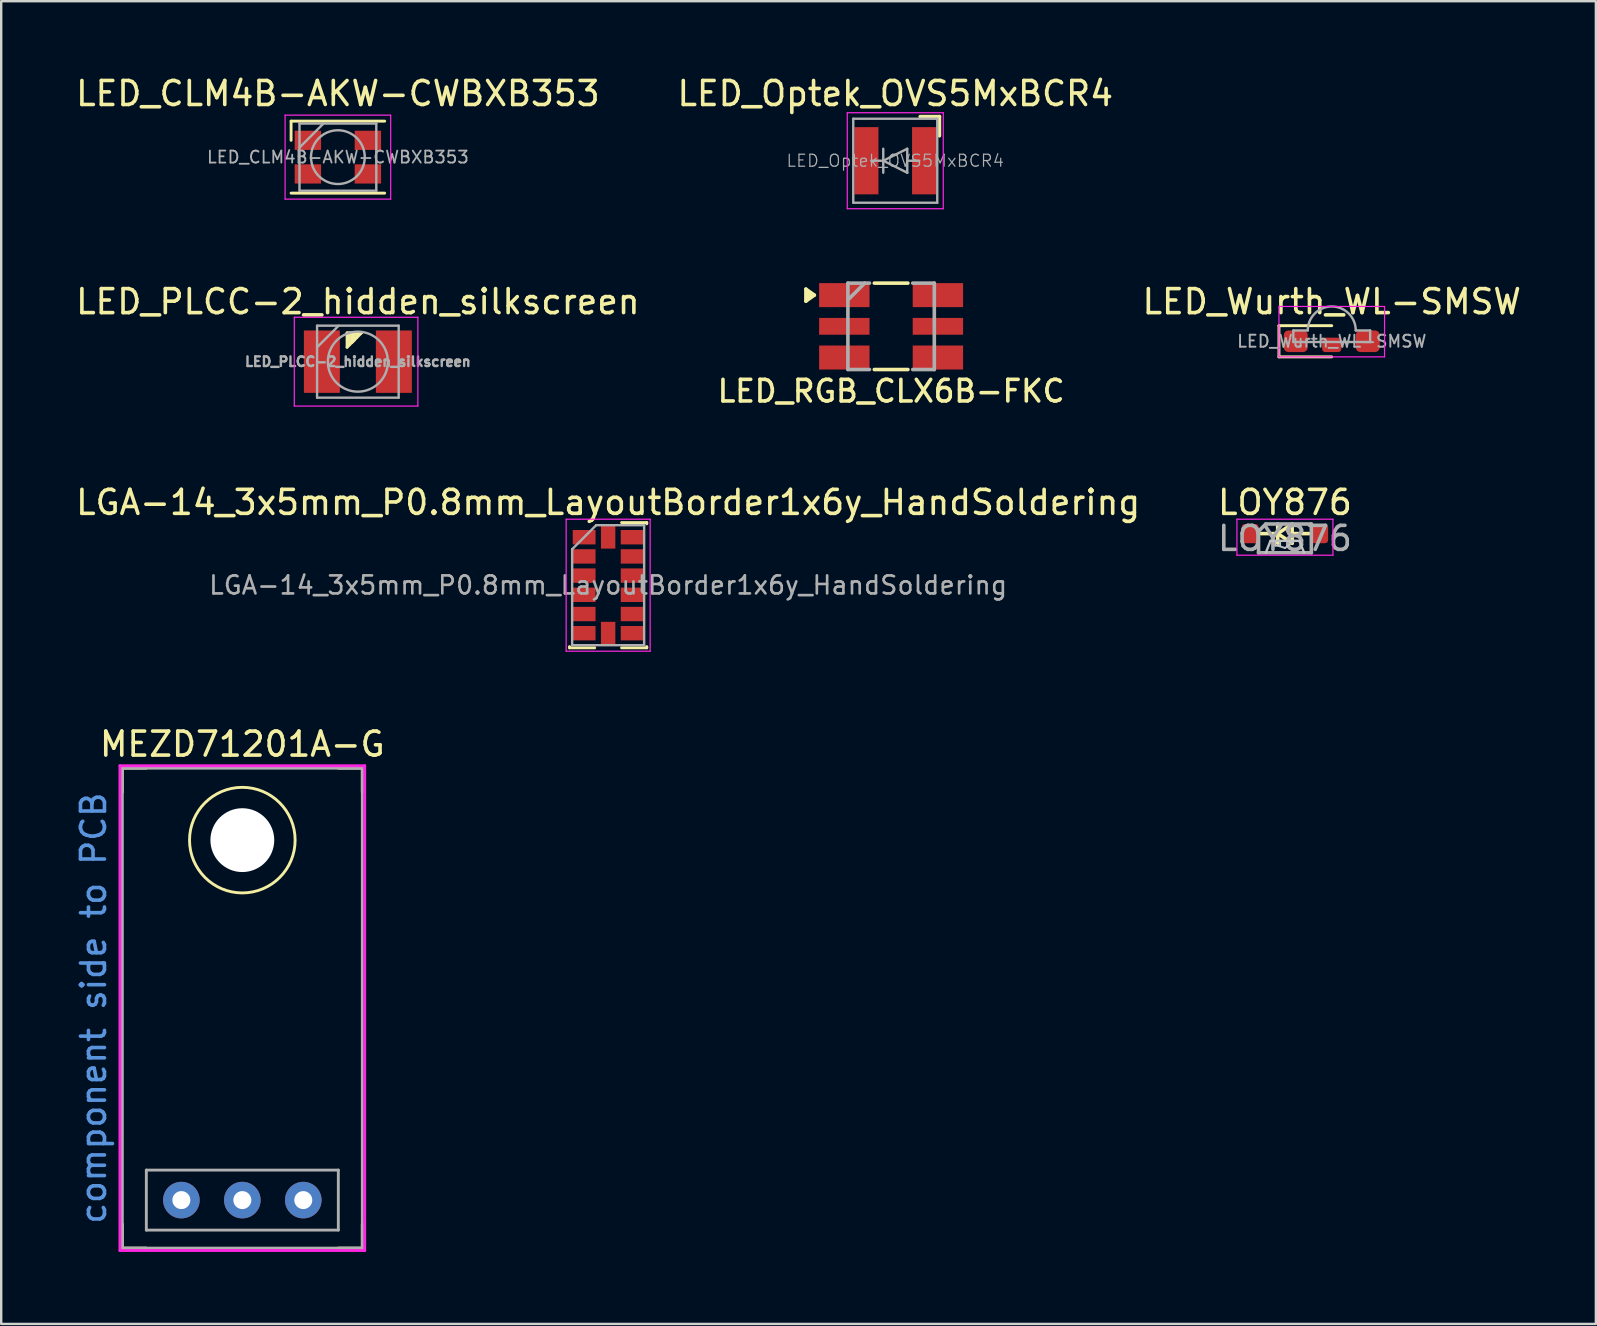
<source format=kicad_pcb>
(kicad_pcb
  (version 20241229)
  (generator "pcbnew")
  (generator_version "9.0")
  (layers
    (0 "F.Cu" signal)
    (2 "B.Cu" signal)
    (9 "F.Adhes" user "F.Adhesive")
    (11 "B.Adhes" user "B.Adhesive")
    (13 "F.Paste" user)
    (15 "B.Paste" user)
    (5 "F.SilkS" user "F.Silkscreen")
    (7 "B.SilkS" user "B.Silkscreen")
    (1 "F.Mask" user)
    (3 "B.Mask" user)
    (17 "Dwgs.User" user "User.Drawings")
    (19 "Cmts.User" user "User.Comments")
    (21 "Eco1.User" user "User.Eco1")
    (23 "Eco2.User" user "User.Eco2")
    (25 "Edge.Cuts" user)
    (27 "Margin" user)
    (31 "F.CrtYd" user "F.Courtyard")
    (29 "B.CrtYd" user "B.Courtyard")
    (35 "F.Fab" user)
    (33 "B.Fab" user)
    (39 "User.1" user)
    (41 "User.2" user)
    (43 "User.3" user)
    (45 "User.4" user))
  (footprint "LED_PLCC-2_hidden_silkscreen"
    (layer "F.Cu")
    (at 11.863 12.021)
    (property "Reference" "LED_PLCC-2_hidden_silkscreen" (at 0 -2.5 0) (layer "F.SilkS") (effects (font (size 1 1) (thickness 0.15))))
    (attr smd)
    (fp_line (start -0.45 -1.2) (end -0.45 -0.6) (stroke (width 0.12) (type solid)) (layer "F.SilkS"))
    (fp_line (start -0.45 -0.6) (end 0.15 -1.2) (stroke (width 0.12) (type solid)) (layer "F.SilkS"))
    (fp_line (start -0.35 -0.7) (end -0.35 -1.2) (stroke (width 0.12) (type solid)) (layer "F.SilkS"))
    (fp_line (start -0.25 -1.2) (end -0.25 -0.8) (stroke (width 0.12) (type solid)) (layer "F.SilkS"))
    (fp_line (start -0.25 -0.8) (end -0.15 -0.9) (stroke (width 0.12) (type solid)) (layer "F.SilkS"))
    (fp_line (start -0.15 -1.2) (end -0.05 -1.2) (stroke (width 0.12) (type solid)) (layer "F.SilkS"))
    (fp_line (start -0.15 -0.9) (end -0.15 -1.2) (stroke (width 0.12) (type solid)) (layer "F.SilkS"))
    (fp_line (start -0.05 -1.2) (end -0.05 -1) (stroke (width 0.12) (type solid)) (layer "F.SilkS"))
    (fp_line (start 0.15 -1.2) (end -0.45 -1.2) (stroke (width 0.12) (type solid)) (layer "F.SilkS"))
    (fp_line (start -2.65 -1.85) (end 2.5 -1.85) (stroke (width 0.05) (type solid)) (layer "F.CrtYd"))
    (fp_line (start -2.65 1.85) (end -2.65 -1.85) (stroke (width 0.05) (type solid)) (layer "F.CrtYd"))
    (fp_line (start 2.5 -1.85) (end 2.5 1.85) (stroke (width 0.05) (type solid)) (layer "F.CrtYd"))
    (fp_line (start 2.5 1.85) (end -2.65 1.85) (stroke (width 0.05) (type solid)) (layer "F.CrtYd"))
    (fp_line (start -1.7 -1.5) (end -1.7 1.5) (stroke (width 0.1) (type solid)) (layer "F.Fab"))
    (fp_line (start -1.7 -0.6) (end -0.8 -1.5) (stroke (width 0.1) (type solid)) (layer "F.Fab"))
    (fp_line (start -1.7 1.5) (end 1.7 1.5) (stroke (width 0.1) (type solid)) (layer "F.Fab"))
    (fp_line (start 1.7 -1.5) (end -1.7 -1.5) (stroke (width 0.1) (type solid)) (layer "F.Fab"))
    (fp_line (start 1.7 1.5) (end 1.7 -1.5) (stroke (width 0.1) (type solid)) (layer "F.Fab"))
    (fp_circle (center 0 0) (end 0 -1.25) (stroke (width 0.1) (type solid)) (fill no) (layer "F.Fab"))
    (fp_text user "${REFERENCE}" (at 0 0 0) (layer "F.Fab") (effects (font (size 0.4 0.4) (thickness 0.1))))
    (pad "1" smd rect (at -1.5 0) (size 1.5 2.6) (layers "F.Cu" "F.Mask" "F.Paste"))
    (pad "2" smd rect (at 1.5 0) (size 1.5 2.6) (layers "F.Cu" "F.Mask" "F.Paste")))
  (footprint "LED_CLM4B-AKW-CWBXB353"
    (layer "F.Cu")
    (at 11.03 3.498)
    (property "Reference" "LED_CLM4B-AKW-CWBXB353" (at 0 -2.65 0) (layer "F.SilkS") (effects (font (size 1 1) (thickness 0.15))))
    (attr smd)
    (fp_line (start -1.95 -1.5) (end 1.95 -1.5) (stroke (width 0.12) (type solid)) (layer "F.SilkS"))
    (fp_line (start -1.95 -0.7) (end -1.95 -1.5) (stroke (width 0.12) (type solid)) (layer "F.SilkS"))
    (fp_line (start -1.95 1.5) (end 1.95 1.5) (stroke (width 0.12) (type solid)) (layer "F.SilkS"))
    (fp_line (start -2.2 -1.75) (end -2.2 1.75) (stroke (width 0.05) (type solid)) (layer "F.CrtYd"))
    (fp_line (start -2.2 1.75) (end 2.2 1.75) (stroke (width 0.05) (type solid)) (layer "F.CrtYd"))
    (fp_line (start 2.2 -1.75) (end -2.2 -1.75) (stroke (width 0.05) (type solid)) (layer "F.CrtYd"))
    (fp_line (start 2.2 1.75) (end 2.2 -1.75) (stroke (width 0.05) (type solid)) (layer "F.CrtYd"))
    (fp_line (start -1.6 -1.4) (end -1.6 1.4) (stroke (width 0.1) (type solid)) (layer "F.Fab"))
    (fp_line (start -1.6 1.4) (end 1.6 1.4) (stroke (width 0.1) (type solid)) (layer "F.Fab"))
    (fp_line (start -0.6 -1.4) (end -1.6 -0.4) (stroke (width 0.1) (type solid)) (layer "F.Fab"))
    (fp_line (start 1.6 -1.4) (end -1.6 -1.4) (stroke (width 0.1) (type solid)) (layer "F.Fab"))
    (fp_line (start 1.6 1.4) (end 1.6 -1.4) (stroke (width 0.1) (type solid)) (layer "F.Fab"))
    (fp_circle (center 0 0) (end 1.12 0) (stroke (width 0.1) (type solid)) (fill no) (layer "F.Fab"))
    (fp_text user "${REFERENCE}" (at 0 0 0) (layer "F.Fab") (effects (font (size 0.5 0.5) (thickness 0.075))))
    (pad "1" smd rect (at 1.25 -0.7) (size 1.1 0.8) (layers "F.Cu" "F.Mask" "F.Paste"))
    (pad "2" smd rect (at -1.25 -0.7) (size 1.1 0.8) (layers "F.Cu" "F.Mask" "F.Paste"))
    (pad "2" smd rect (at -1.25 0.7) (size 1.1 0.8) (layers "F.Cu" "F.Mask" "F.Paste"))
    (pad "2" smd rect (at 1.25 0.7) (size 1.1 0.8) (layers "F.Cu" "F.Mask" "F.Paste")))
  (footprint "LGA-14_3x5mm_P0.8mm_LayoutBorder1x6y_HandSoldering"
    (layer "F.Cu")
    (at 22.292 21.336)
    (property "Reference" "LGA-14_3x5mm_P0.8mm_LayoutBorder1x6y_HandSoldering" (at 0 -3.45 0) (layer "F.SilkS") (effects (font (size 1 1) (thickness 0.15))))
    (attr smd)
    (fp_line (start -1.61 2.61) (end -1.61 2.56) (stroke (width 0.12) (type solid)) (layer "F.SilkS"))
    (fp_line (start -0.56 2.61) (end -1.61 2.61) (stroke (width 0.12) (type solid)) (layer "F.SilkS"))
    (fp_line (start 0.56 -2.61) (end 1.61 -2.61) (stroke (width 0.12) (type solid)) (layer "F.SilkS"))
    (fp_line (start 0.56 2.61) (end 1.61 2.61) (stroke (width 0.12) (type solid)) (layer "F.SilkS"))
    (fp_line (start 1.61 -2.61) (end 1.61 -2.56) (stroke (width 0.12) (type solid)) (layer "F.SilkS"))
    (fp_line (start 1.61 2.61) (end 1.61 2.56) (stroke (width 0.12) (type solid)) (layer "F.SilkS"))
    (fp_line (start -1.75 -2.75) (end -1.75 2.75) (stroke (width 0.05) (type solid)) (layer "F.CrtYd"))
    (fp_line (start -1.75 2.75) (end 1.75 2.75) (stroke (width 0.05) (type solid)) (layer "F.CrtYd"))
    (fp_line (start 1.75 -2.75) (end -1.75 -2.75) (stroke (width 0.05) (type solid)) (layer "F.CrtYd"))
    (fp_line (start 1.75 2.75) (end 1.75 -2.75) (stroke (width 0.05) (type solid)) (layer "F.CrtYd"))
    (fp_line (start -1.5 -1.5) (end -0.5 -2.5) (stroke (width 0.1) (type solid)) (layer "F.Fab"))
    (fp_line (start -1.5 2.5) (end -1.5 -1.5) (stroke (width 0.1) (type solid)) (layer "F.Fab"))
    (fp_line (start -0.5 -2.5) (end 1.5 -2.5) (stroke (width 0.1) (type solid)) (layer "F.Fab"))
    (fp_line (start 1.5 -2.5) (end 1.5 2.5) (stroke (width 0.1) (type solid)) (layer "F.Fab"))
    (fp_line (start 1.5 2.5) (end -1.5 2.5) (stroke (width 0.1) (type solid)) (layer "F.Fab"))
    (fp_text user "${REFERENCE}" (at 0 0 0) (layer "F.Fab") (effects (font (size 0.75 0.75) (thickness 0.11))))
    (pad "1" smd rect (at -1 -2) (size 0.95 0.6) (layers "F.Cu" "F.Mask" "F.Paste"))
    (pad "2" smd rect (at -1 -1.2) (size 0.95 0.6) (layers "F.Cu" "F.Mask" "F.Paste"))
    (pad "3" smd rect (at -1 -0.4) (size 0.95 0.6) (layers "F.Cu" "F.Mask" "F.Paste"))
    (pad "4" smd rect (at -1 0.4) (size 0.95 0.6) (layers "F.Cu" "F.Mask" "F.Paste"))
    (pad "5" smd rect (at -1 1.2) (size 0.95 0.6) (layers "F.Cu" "F.Mask" "F.Paste"))
    (pad "6" smd rect (at -1 2) (size 0.95 0.6) (layers "F.Cu" "F.Mask" "F.Paste"))
    (pad "7" smd rect (at 0 2) (size 0.6 0.95) (layers "F.Cu" "F.Mask" "F.Paste"))
    (pad "8" smd rect (at 1 2) (size 0.95 0.6) (layers "F.Cu" "F.Mask" "F.Paste"))
    (pad "9" smd rect (at 1 1.2) (size 0.95 0.6) (layers "F.Cu" "F.Mask" "F.Paste"))
    (pad "10" smd rect (at 1 0.4) (size 0.95 0.6) (layers "F.Cu" "F.Mask" "F.Paste"))
    (pad "11" smd rect (at 1 -0.4) (size 0.95 0.6) (layers "F.Cu" "F.Mask" "F.Paste"))
    (pad "12" smd rect (at 1 -1.2) (size 0.95 0.6) (layers "F.Cu" "F.Mask" "F.Paste"))
    (pad "13" smd rect (at 1 -2) (size 0.95 0.6) (layers "F.Cu" "F.Mask" "F.Paste"))
    (pad "14" smd rect (at 0 -2) (size 0.6 0.95) (layers "F.Cu" "F.Mask" "F.Paste")))
  (footprint "LED_RGB_CLX6B-FKC"
    (layer "F.Cu")
    (at 34.083 10.548)
    (property "Reference" "LED_RGB_CLX6B-FKC" (at 0 2.7 0) (layer "F.SilkS") (effects (font (size 0.9 0.9) (thickness 0.15))))
    (attr through_hole)
    (fp_line (start -3.55 -1.55) (end -3.2 -1.3) (stroke (width 0.15) (type solid)) (layer "F.SilkS"))
    (fp_line (start -3.55 -1.05) (end -3.55 -1.55) (stroke (width 0.15) (type solid)) (layer "F.SilkS"))
    (fp_line (start -3.45 -1.4) (end -3.35 -1.3) (stroke (width 0.15) (type solid)) (layer "F.SilkS"))
    (fp_line (start -3.45 -1.2) (end -3.45 -1.4) (stroke (width 0.15) (type solid)) (layer "F.SilkS"))
    (fp_line (start -3.2 -1.3) (end -3.55 -1.05) (stroke (width 0.15) (type solid)) (layer "F.SilkS"))
    (fp_line (start -0.7 -1.8) (end 0.7 -1.8) (stroke (width 0.15) (type solid)) (layer "F.SilkS"))
    (fp_line (start -0.7 1.8) (end 0.7 1.8) (stroke (width 0.15) (type solid)) (layer "F.SilkS"))
    (fp_line (start -1.8 -1.8) (end -0.9 -1.8) (stroke (width 0.15) (type solid)) (layer "F.Fab"))
    (fp_line (start -1.8 1.8) (end -1.8 -1.8) (stroke (width 0.15) (type solid)) (layer "F.Fab"))
    (fp_line (start -1.1 -1.8) (end -1.8 -1.1) (stroke (width 0.15) (type solid)) (layer "F.Fab"))
    (fp_line (start -0.9 1.8) (end -1.8 1.8) (stroke (width 0.15) (type solid)) (layer "F.Fab"))
    (fp_line (start 0.9 -1.8) (end 1.8 -1.8) (stroke (width 0.15) (type solid)) (layer "F.Fab"))
    (fp_line (start 1.8 -1.8) (end 1.8 1.8) (stroke (width 0.15) (type solid)) (layer "F.Fab"))
    (fp_line (start 1.8 1.8) (end 0.9 1.8) (stroke (width 0.15) (type solid)) (layer "F.Fab"))
    (pad "1" smd rect (at -1.95 -1.3 90) (size 1 2.1) (layers "F.Cu" "F.Mask" "F.Paste"))
    (pad "2" smd rect (at -1.95 0 90) (size 0.7 2.1) (layers "F.Cu" "F.Mask" "F.Paste"))
    (pad "3" smd rect (at -1.95 1.3 90) (size 1 2.1) (layers "F.Cu" "F.Mask" "F.Paste"))
    (pad "4" smd rect (at 1.95 1.3 90) (size 1 2.1) (layers "F.Cu" "F.Mask" "F.Paste"))
    (pad "5" smd rect (at 1.95 0 90) (size 0.7 2.1) (layers "F.Cu" "F.Mask" "F.Paste"))
    (pad "6" smd rect (at 1.95 -1.3 90) (size 1 2.1) (layers "F.Cu" "F.Mask" "F.Paste")))
  (footprint "LED_Optek_OVS5MxBCR4"
    (layer "F.Cu")
    (at 34.256 3.648)
    (property "Reference" "LED_Optek_OVS5MxBCR4" (at 0 -2.8 0) (layer "F.SilkS") (effects (font (size 1 1) (thickness 0.15))))
    (attr smd)
    (fp_line (start 1.84 -1.84) (end 1.04 -1.84) (stroke (width 0.15) (type solid)) (layer "F.SilkS"))
    (fp_line (start 1.84 -1.04) (end 1.84 -1.84) (stroke (width 0.15) (type solid)) (layer "F.SilkS"))
    (fp_line (start -2 -2) (end -2 2) (stroke (width 0.05) (type solid)) (layer "F.CrtYd"))
    (fp_line (start -2 2) (end 2 2) (stroke (width 0.05) (type solid)) (layer "F.CrtYd"))
    (fp_line (start 2 -2) (end -2 -2) (stroke (width 0.05) (type solid)) (layer "F.CrtYd"))
    (fp_line (start 2 2) (end 2 -2) (stroke (width 0.05) (type solid)) (layer "F.CrtYd"))
    (fp_line (start -1.75 -1.75) (end 1.75 -1.75) (stroke (width 0.1) (type solid)) (layer "F.Fab"))
    (fp_line (start -1.75 1.75) (end -1.75 -1.75) (stroke (width 0.1) (type solid)) (layer "F.Fab"))
    (fp_line (start -1 0) (end -0.5 0) (stroke (width 0.1) (type solid)) (layer "F.Fab"))
    (fp_line (start -0.5 -0.5) (end -0.5 0.5) (stroke (width 0.1) (type solid)) (layer "F.Fab"))
    (fp_line (start -0.5 0) (end 0.5 -0.5) (stroke (width 0.1) (type solid)) (layer "F.Fab"))
    (fp_line (start 0.5 -0.5) (end 0.5 0.5) (stroke (width 0.1) (type solid)) (layer "F.Fab"))
    (fp_line (start 0.5 0.5) (end -0.5 0) (stroke (width 0.1) (type solid)) (layer "F.Fab"))
    (fp_line (start 1 0) (end 0.5 0) (stroke (width 0.1) (type solid)) (layer "F.Fab"))
    (fp_line (start 1.75 -1.75) (end 1.75 1.75) (stroke (width 0.1) (type solid)) (layer "F.Fab"))
    (fp_line (start 1.75 1.75) (end -1.75 1.75) (stroke (width 0.1) (type solid)) (layer "F.Fab"))
    (fp_text user "${REFERENCE}" (at 0 0 0) (layer "F.Fab") (effects (font (size 0.5 0.5) (thickness 0.05))))
    (pad "1" smd rect (at -1.2 0) (size 1 2.8) (layers "F.Cu" "F.Mask"))
    (pad "2" smd rect (at 1.2 0) (size 1 2.8) (layers "F.Cu" "F.Mask")))
  (footprint "MEZD71201A-G"
    (layer "F.Cu")
    (at 7.048 38.959)
    (property "Reference" "MEZD71201A-G" (at 0 -11 0) (layer "F.SilkS") (effects (font (size 1 1) (thickness 0.15))))
    (attr through_hole)
    (fp_line (start -5 -10) (end -4 -10) (stroke (width 0.12) (type solid)) (layer "F.SilkS"))
    (fp_line (start -5 -9) (end -5 -10) (stroke (width 0.12) (type solid)) (layer "F.SilkS"))
    (fp_line (start -5 10) (end -5 9) (stroke (width 0.12) (type solid)) (layer "F.SilkS"))
    (fp_line (start -4 10) (end -5 10) (stroke (width 0.12) (type solid)) (layer "F.SilkS"))
    (fp_line (start 5 -10) (end 4 -10) (stroke (width 0.12) (type solid)) (layer "F.SilkS"))
    (fp_line (start 5 -9) (end 5 -10) (stroke (width 0.12) (type solid)) (layer "F.SilkS"))
    (fp_line (start 5 9) (end 5 10) (stroke (width 0.12) (type solid)) (layer "F.SilkS"))
    (fp_line (start 5 10) (end 4 10) (stroke (width 0.12) (type solid)) (layer "F.SilkS"))
    (fp_circle (center 0 -7) (end 2.2 -7) (stroke (width 0.12) (type solid)) (fill no) (layer "F.SilkS"))
    (fp_line (start -5.1 -10.1) (end 5.1 -10.1) (stroke (width 0.12) (type solid)) (layer "F.CrtYd"))
    (fp_line (start -5.1 10.1) (end -5.1 -10.1) (stroke (width 0.12) (type solid)) (layer "F.CrtYd"))
    (fp_line (start 5.1 -10.1) (end 5.1 10.1) (stroke (width 0.12) (type solid)) (layer "F.CrtYd"))
    (fp_line (start 5.1 10.1) (end -5.1 10.1) (stroke (width 0.12) (type solid)) (layer "F.CrtYd"))
    (fp_line (start -5 -10) (end 5 -10) (stroke (width 0.12) (type solid)) (layer "F.Fab"))
    (fp_line (start -5 10) (end -5 -10) (stroke (width 0.12) (type solid)) (layer "F.Fab"))
    (fp_line (start -4 6.75) (end 4 6.75) (stroke (width 0.12) (type solid)) (layer "F.Fab"))
    (fp_line (start -4 9.25) (end -4 6.75) (stroke (width 0.12) (type solid)) (layer "F.Fab"))
    (fp_line (start 4 6.75) (end 4 9.25) (stroke (width 0.12) (type solid)) (layer "F.Fab"))
    (fp_line (start 4 9.25) (end -4 9.25) (stroke (width 0.12) (type solid)) (layer "F.Fab"))
    (fp_line (start 5 -10) (end 5 10) (stroke (width 0.12) (type solid)) (layer "F.Fab"))
    (fp_line (start 5 10) (end -5 10) (stroke (width 0.12) (type solid)) (layer "F.Fab"))
    (fp_text user "component side to PCB" (at -6.2 0 90) (layer "Cmts.User") (effects (font (size 1 1) (thickness 0.15))))
    (pad "" np_thru_hole circle (at 0 -7) (size 2.66 2.66) (drill 2.66) (layers "*.Cu" "*.Mask"))
    (pad "1" thru_hole circle (at 2.54 8 90) (size 1.524 1.524) (drill 0.75) (layers "*.Cu" "*.Mask"))
    (pad "2" thru_hole circle (at 0 8) (size 1.524 1.524) (drill 0.75) (layers "*.Cu" "*.Mask"))
    (pad "3" thru_hole circle (at -2.54 8) (size 1.524 1.524) (drill 0.75) (layers "*.Cu" "*.Mask")))
  (footprint "LOY876"
    (layer "F.Cu")
    (at 50.494 19.186)
    (property "Reference" "LOY876" (at 0 -1.3 0) (layer "F.SilkS") (effects (font (size 1 1) (thickness 0.15))))
    (attr smd)
    (fp_line (start -1 0) (end -0.3 0) (stroke (width 0.15) (type solid)) (layer "F.SilkS"))
    (fp_line (start -0.3 -0.4) (end -0.3 0.4) (stroke (width 0.15) (type solid)) (layer "F.SilkS"))
    (fp_line (start -0.3 0) (end 0.3 0.4) (stroke (width 0.15) (type solid)) (layer "F.SilkS"))
    (fp_line (start 0.3 -0.4) (end -0.3 0) (stroke (width 0.15) (type solid)) (layer "F.SilkS"))
    (fp_line (start 0.3 -0.4) (end 0.3 0.4) (stroke (width 0.15) (type solid)) (layer "F.SilkS"))
    (fp_line (start 1 0) (end 0.3 0) (stroke (width 0.15) (type solid)) (layer "F.SilkS"))
    (fp_line (start -0.8 0.8) (end -0.6 0.3) (stroke (width 0.1) (type solid)) (layer "Dwgs.User"))
    (fp_line (start -0.6 0.3) (end 0.6 0.3) (stroke (width 0.1) (type solid)) (layer "Dwgs.User"))
    (fp_line (start -0.4 0.3) (end -0.4 0.5) (stroke (width 0.08) (type solid)) (layer "Dwgs.User"))
    (fp_line (start -0.4 0.5) (end -0.2 0.5) (stroke (width 0.08) (type solid)) (layer "Dwgs.User"))
    (fp_line (start -0.3 0.5) (end 0 0.6) (stroke (width 0.08) (type solid)) (layer "Dwgs.User"))
    (fp_line (start -0.2 0.5) (end -0.2 0.3) (stroke (width 0.08) (type solid)) (layer "Dwgs.User"))
    (fp_line (start 0 0.6) (end 0.4 0.3) (stroke (width 0.08) (type solid)) (layer "Dwgs.User"))
    (fp_line (start 0.6 0.3) (end 0.8 0.8) (stroke (width 0.1) (type solid)) (layer "Dwgs.User"))
    (fp_line (start -2 -0.6) (end 2 -0.6) (stroke (width 0.05) (type solid)) (layer "F.CrtYd"))
    (fp_line (start -2 0.9) (end -2 -0.6) (stroke (width 0.05) (type solid)) (layer "F.CrtYd"))
    (fp_line (start 2 -0.6) (end 2 0.9) (stroke (width 0.05) (type solid)) (layer "F.CrtYd"))
    (fp_line (start 2 0.9) (end -2 0.9) (stroke (width 0.05) (type solid)) (layer "F.CrtYd"))
    (fp_line (start -1.1 -0.1) (end -1.1 0.8) (stroke (width 0.15) (type solid)) (layer "F.Fab"))
    (fp_line (start -1.1 0.8) (end 1.1 0.8) (stroke (width 0.15) (type solid)) (layer "F.Fab"))
    (fp_line (start -0.8 -0.4) (end -1.1 -0.1) (stroke (width 0.15) (type solid)) (layer "F.Fab"))
    (fp_line (start 1.1 -0.4) (end -0.8 -0.4) (stroke (width 0.15) (type solid)) (layer "F.Fab"))
    (fp_line (start 1.1 0.8) (end 1.1 -0.4) (stroke (width 0.15) (type solid)) (layer "F.Fab"))
    (fp_text user "${REFERENCE}" (at 0 0.2 0) (layer "F.Fab") (effects (font (size 1 1) (thickness 0.15))))
    (pad "1" smd roundrect (at -1.45 0) (size 0.7 0.8) (layers "F.Cu" "F.Mask" "F.Paste") (roundrect_rratio 0.185))
    (pad "2" smd roundrect (at 1.45 0) (size 0.7 0.8) (layers "F.Cu" "F.Mask" "F.Paste") (roundrect_rratio 0.185)))
  (footprint "LED_Wurth_WL-SMSW"
    (layer "F.Cu")
    (at 52.445 11.171)
    (property "Reference" "LED_Wurth_WL-SMSW" (at 0 -1.65 0) (layer "F.SilkS") (effects (font (size 1 1) (thickness 0.15))))
    (attr smd)
    (fp_line (start -2.2 -0.65) (end -2.2 0.65) (stroke (width 0.12) (type solid)) (layer "F.SilkS"))
    (fp_line (start -2.2 0.65) (end 0 0.65) (stroke (width 0.12) (type solid)) (layer "F.SilkS"))
    (fp_line (start 0 -0.65) (end -2.2 -0.65) (stroke (width 0.12) (type solid)) (layer "F.SilkS"))
    (fp_line (start -2.2 -1.45) (end 2.2 -1.45) (stroke (width 0.05) (type solid)) (layer "F.CrtYd"))
    (fp_line (start -2.2 0.65) (end -2.2 -1.45) (stroke (width 0.05) (type solid)) (layer "F.CrtYd"))
    (fp_line (start 2.2 -1.45) (end 2.2 0.65) (stroke (width 0.05) (type solid)) (layer "F.CrtYd"))
    (fp_line (start 2.2 0.65) (end -2.2 0.65) (stroke (width 0.05) (type solid)) (layer "F.CrtYd"))
    (fp_line (start -1.6 -0.45) (end -1.6 0.03) (stroke (width 0.1) (type solid)) (layer "F.Fab"))
    (fp_line (start -1.6 0.03) (end 1.6 0.03) (stroke (width 0.1) (type solid)) (layer "F.Fab"))
    (fp_line (start -1 -0.45) (end -1.6 -0.45) (stroke (width 0.1) (type solid)) (layer "F.Fab"))
    (fp_line (start 1.6 -0.45) (end 1 -0.45) (stroke (width 0.1) (type solid)) (layer "F.Fab"))
    (fp_line (start 1.6 0.03) (end 1.6 -0.45) (stroke (width 0.1) (type solid)) (layer "F.Fab"))
    (fp_arc (start -1 -0.45) (mid 0 -1.45) (end 1 -0.45) (stroke (width 0.1) (type solid)) (layer "F.Fab"))
    (fp_text user "${REFERENCE}" (at 0 0 0) (layer "F.Fab") (effects (font (size 0.5 0.5) (thickness 0.08))))
    (pad "" smd roundrect (at 0 0.15) (size 0.8 0.6) (layers "F.Cu" "F.Mask" "F.Paste") (roundrect_rratio 0.217))
    (pad "1" smd roundrect (at -1.5 0) (size 1 0.9) (layers "F.Cu" "F.Mask" "F.Paste") (roundrect_rratio 0.217))
    (pad "2" smd roundrect (at 1.5 0) (size 1 0.9) (layers "F.Cu" "F.Mask" "F.Paste") (roundrect_rratio 0.217)))
  (gr_rect
    (start -3 -3)
    (end 63.451 52.12)
    (stroke (width 0.1) (type default))
    (fill no)
    (layer "Edge.Cuts")))
</source>
